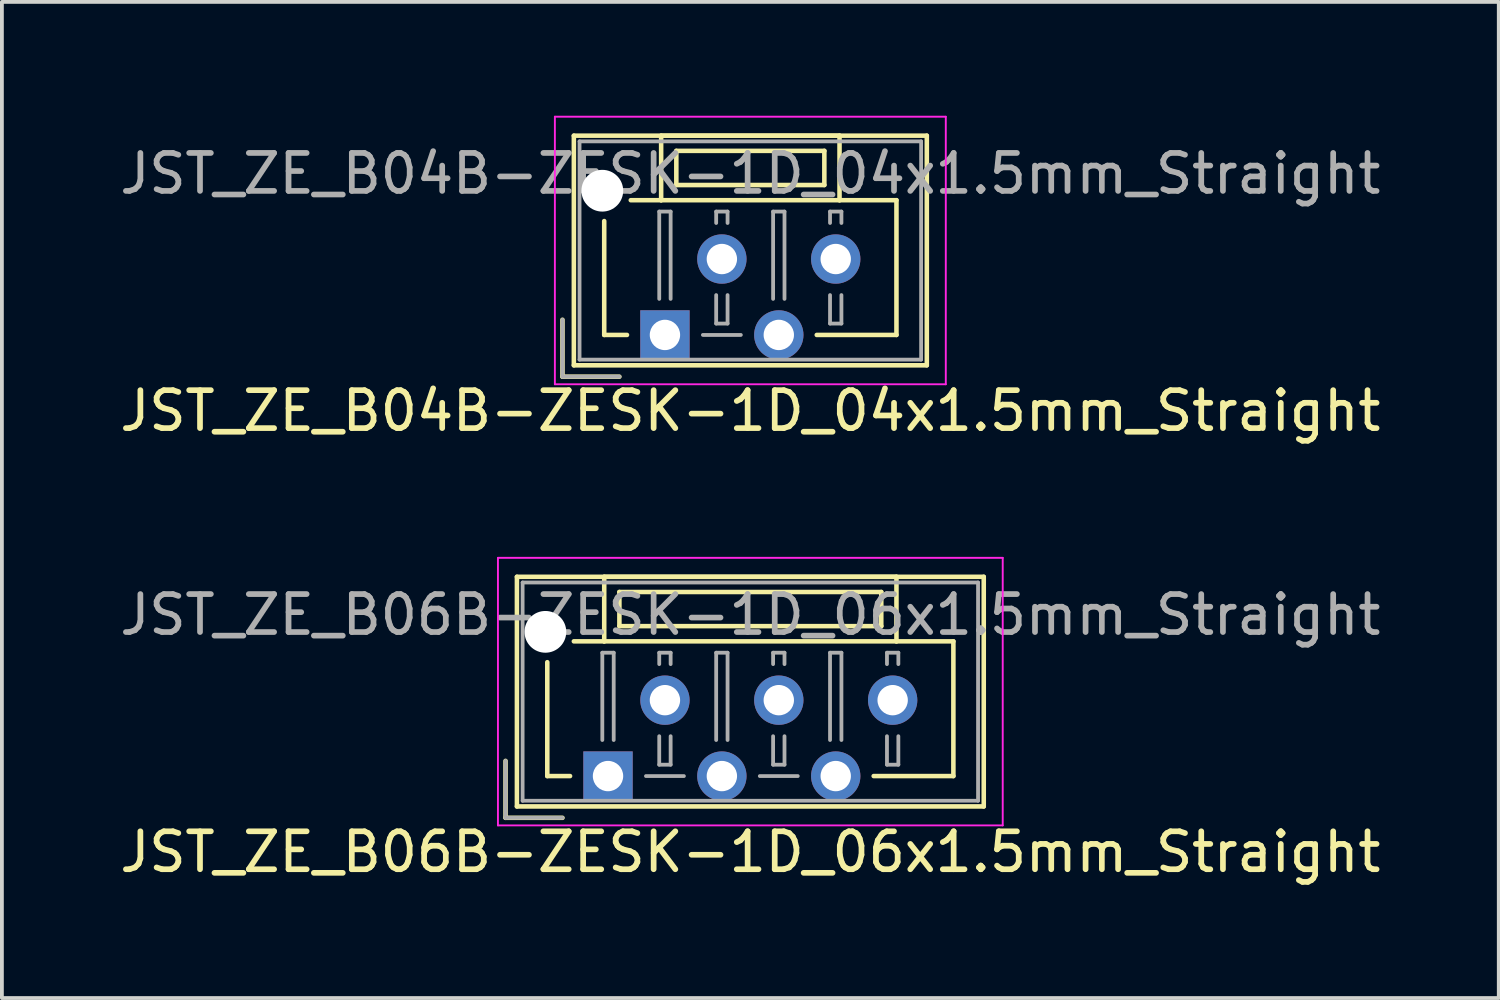
<source format=kicad_pcb>
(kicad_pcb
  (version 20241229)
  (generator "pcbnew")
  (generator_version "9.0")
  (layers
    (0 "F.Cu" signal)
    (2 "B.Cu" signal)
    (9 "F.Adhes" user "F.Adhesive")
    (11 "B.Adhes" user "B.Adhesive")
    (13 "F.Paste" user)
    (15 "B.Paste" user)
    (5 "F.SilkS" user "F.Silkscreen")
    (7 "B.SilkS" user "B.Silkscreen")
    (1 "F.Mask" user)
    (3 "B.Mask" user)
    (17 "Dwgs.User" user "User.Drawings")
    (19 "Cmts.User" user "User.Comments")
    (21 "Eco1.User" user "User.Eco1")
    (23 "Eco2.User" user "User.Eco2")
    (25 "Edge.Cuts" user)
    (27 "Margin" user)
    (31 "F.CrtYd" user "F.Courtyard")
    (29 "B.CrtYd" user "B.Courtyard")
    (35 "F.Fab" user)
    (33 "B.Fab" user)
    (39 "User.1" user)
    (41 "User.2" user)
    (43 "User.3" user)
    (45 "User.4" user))
  (footprint "JST_ZE_B04B-ZESK-1D_04x1.5mm_Straight"
    (layer "F.Cu")
    (at 14.47 5.775)
    (property "Reference" "JST_ZE_B04B-ZESK-1D_04x1.5mm_Straight" (at 2.25 2 0) (layer "F.SilkS") (effects (font (size 1 1) (thickness 0.15))))
    (attr through_hole)
    (fp_line (start -2.7 -0.4) (end -2.7 1.1) (stroke (width 0.12) (type solid)) (layer "F.SilkS"))
    (fp_line (start -2.7 1.1) (end -1.2 1.1) (stroke (width 0.12) (type solid)) (layer "F.SilkS"))
    (fp_line (start -2.4 -5.25) (end -2.4 0.8) (stroke (width 0.12) (type solid)) (layer "F.SilkS"))
    (fp_line (start -2.4 0.8) (end 6.9 0.8) (stroke (width 0.12) (type solid)) (layer "F.SilkS"))
    (fp_line (start -1.6 -3) (end -1.6 0) (stroke (width 0.12) (type solid)) (layer "F.SilkS"))
    (fp_line (start -1.6 0) (end -1 0) (stroke (width 0.12) (type solid)) (layer "F.SilkS"))
    (fp_line (start -0.1 -5.25) (end -0.1 -3.55) (stroke (width 0.12) (type solid)) (layer "F.SilkS"))
    (fp_line (start -0.1 -3.55) (end -0.9 -3.55) (stroke (width 0.12) (type solid)) (layer "F.SilkS"))
    (fp_line (start -0.1 -3.55) (end 4.6 -3.55) (stroke (width 0.12) (type solid)) (layer "F.SilkS"))
    (fp_line (start 0.3 -4.85) (end 0.3 -3.95) (stroke (width 0.12) (type solid)) (layer "F.SilkS"))
    (fp_line (start 0.3 -3.95) (end 4.2 -3.95) (stroke (width 0.12) (type solid)) (layer "F.SilkS"))
    (fp_line (start 4.2 -4.85) (end 0.3 -4.85) (stroke (width 0.12) (type solid)) (layer "F.SilkS"))
    (fp_line (start 4.2 -3.95) (end 4.2 -4.85) (stroke (width 0.12) (type solid)) (layer "F.SilkS"))
    (fp_line (start 4.6 -5.25) (end -0.1 -5.25) (stroke (width 0.12) (type solid)) (layer "F.SilkS"))
    (fp_line (start 4.6 -3.55) (end 4.6 -5.25) (stroke (width 0.12) (type solid)) (layer "F.SilkS"))
    (fp_line (start 4.6 -3.55) (end 6.1 -3.55) (stroke (width 0.12) (type solid)) (layer "F.SilkS"))
    (fp_line (start 6.1 -3.55) (end 6.1 0) (stroke (width 0.12) (type solid)) (layer "F.SilkS"))
    (fp_line (start 6.1 0) (end 4 0) (stroke (width 0.12) (type solid)) (layer "F.SilkS"))
    (fp_line (start 6.9 -5.25) (end -2.4 -5.25) (stroke (width 0.12) (type solid)) (layer "F.SilkS"))
    (fp_line (start 6.9 0.8) (end 6.9 -5.25) (stroke (width 0.12) (type solid)) (layer "F.SilkS"))
    (fp_line (start -2.9 -5.75) (end -2.9 1.3) (stroke (width 0.05) (type solid)) (layer "F.CrtYd"))
    (fp_line (start -2.9 1.3) (end 7.4 1.3) (stroke (width 0.05) (type solid)) (layer "F.CrtYd"))
    (fp_line (start 7.4 -5.75) (end -2.9 -5.75) (stroke (width 0.05) (type solid)) (layer "F.CrtYd"))
    (fp_line (start 7.4 1.3) (end 7.4 -5.75) (stroke (width 0.05) (type solid)) (layer "F.CrtYd"))
    (fp_line (start -2.7 -0.4) (end -2.7 1.1) (stroke (width 0.1) (type solid)) (layer "F.Fab"))
    (fp_line (start -2.7 1.1) (end -1.2 1.1) (stroke (width 0.1) (type solid)) (layer "F.Fab"))
    (fp_line (start -2.25 -5.1) (end -2.25 0.65) (stroke (width 0.1) (type solid)) (layer "F.Fab"))
    (fp_line (start -2.25 0.65) (end 6.75 0.65) (stroke (width 0.1) (type solid)) (layer "F.Fab"))
    (fp_line (start -0.15 -3.25) (end 0.15 -3.25) (stroke (width 0.1) (type solid)) (layer "F.Fab"))
    (fp_line (start -0.15 -0.95) (end -0.15 -3.25) (stroke (width 0.1) (type solid)) (layer "F.Fab"))
    (fp_line (start 0.15 -3.25) (end 0.15 -0.95) (stroke (width 0.1) (type solid)) (layer "F.Fab"))
    (fp_line (start 1 0) (end 2 0) (stroke (width 0.1) (type solid)) (layer "F.Fab"))
    (fp_line (start 1.35 -3.25) (end 1.65 -3.25) (stroke (width 0.1) (type solid)) (layer "F.Fab"))
    (fp_line (start 1.35 -2.95) (end 1.35 -3.25) (stroke (width 0.1) (type solid)) (layer "F.Fab"))
    (fp_line (start 1.35 -1.05) (end 1.35 -0.3) (stroke (width 0.1) (type solid)) (layer "F.Fab"))
    (fp_line (start 1.35 -0.3) (end 1.65 -0.3) (stroke (width 0.1) (type solid)) (layer "F.Fab"))
    (fp_line (start 1.65 -3.25) (end 1.65 -2.95) (stroke (width 0.1) (type solid)) (layer "F.Fab"))
    (fp_line (start 1.65 -0.3) (end 1.65 -1.05) (stroke (width 0.1) (type solid)) (layer "F.Fab"))
    (fp_line (start 2.85 -3.25) (end 3.15 -3.25) (stroke (width 0.1) (type solid)) (layer "F.Fab"))
    (fp_line (start 2.85 -0.95) (end 2.85 -3.25) (stroke (width 0.1) (type solid)) (layer "F.Fab"))
    (fp_line (start 3.15 -3.25) (end 3.15 -0.95) (stroke (width 0.1) (type solid)) (layer "F.Fab"))
    (fp_line (start 4.35 -3.25) (end 4.65 -3.25) (stroke (width 0.1) (type solid)) (layer "F.Fab"))
    (fp_line (start 4.35 -2.95) (end 4.35 -3.25) (stroke (width 0.1) (type solid)) (layer "F.Fab"))
    (fp_line (start 4.35 -1.05) (end 4.35 -0.3) (stroke (width 0.1) (type solid)) (layer "F.Fab"))
    (fp_line (start 4.35 -0.3) (end 4.65 -0.3) (stroke (width 0.1) (type solid)) (layer "F.Fab"))
    (fp_line (start 4.65 -3.25) (end 4.65 -2.95) (stroke (width 0.1) (type solid)) (layer "F.Fab"))
    (fp_line (start 4.65 -0.3) (end 4.65 -1.05) (stroke (width 0.1) (type solid)) (layer "F.Fab"))
    (fp_line (start 6.75 -5.1) (end -2.25 -5.1) (stroke (width 0.1) (type solid)) (layer "F.Fab"))
    (fp_line (start 6.75 0.65) (end 6.75 -5.1) (stroke (width 0.1) (type solid)) (layer "F.Fab"))
    (fp_text user "${REFERENCE}" (at 2.25 -4.25 0) (layer "F.Fab") (effects (font (size 1 1) (thickness 0.15))))
    (pad "" np_thru_hole circle (at -1.65 -3.8) (size 1.1 1.1) (drill 1.1) (layers "*.Cu"))
    (pad "1" thru_hole rect (at 0 0) (size 1.3 1.3) (drill 0.8) (layers "*.Cu" "*.Mask"))
    (pad "2" thru_hole circle (at 1.5 -2) (size 1.3 1.3) (drill 0.8) (layers "*.Cu" "*.Mask"))
    (pad "3" thru_hole circle (at 3 0) (size 1.3 1.3) (drill 0.8) (layers "*.Cu" "*.Mask"))
    (pad "4" thru_hole circle (at 4.5 -2) (size 1.3 1.3) (drill 0.8) (layers "*.Cu" "*.Mask")))
  (footprint "JST_ZE_B06B-ZESK-1D_06x1.5mm_Straight"
    (layer "F.Cu")
    (at 12.97 17.398)
    (property "Reference" "JST_ZE_B06B-ZESK-1D_06x1.5mm_Straight" (at 3.75 2 0) (layer "F.SilkS") (effects (font (size 1 1) (thickness 0.15))))
    (attr through_hole)
    (fp_line (start -2.7 -0.4) (end -2.7 1.1) (stroke (width 0.12) (type solid)) (layer "F.SilkS"))
    (fp_line (start -2.7 1.1) (end -1.2 1.1) (stroke (width 0.12) (type solid)) (layer "F.SilkS"))
    (fp_line (start -2.4 -5.25) (end -2.4 0.8) (stroke (width 0.12) (type solid)) (layer "F.SilkS"))
    (fp_line (start -2.4 0.8) (end 9.9 0.8) (stroke (width 0.12) (type solid)) (layer "F.SilkS"))
    (fp_line (start -1.6 -3) (end -1.6 0) (stroke (width 0.12) (type solid)) (layer "F.SilkS"))
    (fp_line (start -1.6 0) (end -1 0) (stroke (width 0.12) (type solid)) (layer "F.SilkS"))
    (fp_line (start -0.1 -5.25) (end -0.1 -3.55) (stroke (width 0.12) (type solid)) (layer "F.SilkS"))
    (fp_line (start -0.1 -3.55) (end -0.9 -3.55) (stroke (width 0.12) (type solid)) (layer "F.SilkS"))
    (fp_line (start -0.1 -3.55) (end 7.6 -3.55) (stroke (width 0.12) (type solid)) (layer "F.SilkS"))
    (fp_line (start 0.3 -4.85) (end 0.3 -3.95) (stroke (width 0.12) (type solid)) (layer "F.SilkS"))
    (fp_line (start 0.3 -3.95) (end 7.2 -3.95) (stroke (width 0.12) (type solid)) (layer "F.SilkS"))
    (fp_line (start 7.2 -4.85) (end 0.3 -4.85) (stroke (width 0.12) (type solid)) (layer "F.SilkS"))
    (fp_line (start 7.2 -3.95) (end 7.2 -4.85) (stroke (width 0.12) (type solid)) (layer "F.SilkS"))
    (fp_line (start 7.6 -5.25) (end -0.1 -5.25) (stroke (width 0.12) (type solid)) (layer "F.SilkS"))
    (fp_line (start 7.6 -3.55) (end 7.6 -5.25) (stroke (width 0.12) (type solid)) (layer "F.SilkS"))
    (fp_line (start 7.6 -3.55) (end 9.1 -3.55) (stroke (width 0.12) (type solid)) (layer "F.SilkS"))
    (fp_line (start 9.1 -3.55) (end 9.1 0) (stroke (width 0.12) (type solid)) (layer "F.SilkS"))
    (fp_line (start 9.1 0) (end 7 0) (stroke (width 0.12) (type solid)) (layer "F.SilkS"))
    (fp_line (start 9.9 -5.25) (end -2.4 -5.25) (stroke (width 0.12) (type solid)) (layer "F.SilkS"))
    (fp_line (start 9.9 0.8) (end 9.9 -5.25) (stroke (width 0.12) (type solid)) (layer "F.SilkS"))
    (fp_line (start -2.9 -5.75) (end -2.9 1.3) (stroke (width 0.05) (type solid)) (layer "F.CrtYd"))
    (fp_line (start -2.9 1.3) (end 10.4 1.3) (stroke (width 0.05) (type solid)) (layer "F.CrtYd"))
    (fp_line (start 10.4 -5.75) (end -2.9 -5.75) (stroke (width 0.05) (type solid)) (layer "F.CrtYd"))
    (fp_line (start 10.4 1.3) (end 10.4 -5.75) (stroke (width 0.05) (type solid)) (layer "F.CrtYd"))
    (fp_line (start -2.7 -0.4) (end -2.7 1.1) (stroke (width 0.1) (type solid)) (layer "F.Fab"))
    (fp_line (start -2.7 1.1) (end -1.2 1.1) (stroke (width 0.1) (type solid)) (layer "F.Fab"))
    (fp_line (start -2.25 -5.1) (end -2.25 0.65) (stroke (width 0.1) (type solid)) (layer "F.Fab"))
    (fp_line (start -2.25 0.65) (end 9.75 0.65) (stroke (width 0.1) (type solid)) (layer "F.Fab"))
    (fp_line (start -0.15 -3.25) (end 0.15 -3.25) (stroke (width 0.1) (type solid)) (layer "F.Fab"))
    (fp_line (start -0.15 -0.95) (end -0.15 -3.25) (stroke (width 0.1) (type solid)) (layer "F.Fab"))
    (fp_line (start 0.15 -3.25) (end 0.15 -0.95) (stroke (width 0.1) (type solid)) (layer "F.Fab"))
    (fp_line (start 1 0) (end 2 0) (stroke (width 0.1) (type solid)) (layer "F.Fab"))
    (fp_line (start 1.35 -3.25) (end 1.65 -3.25) (stroke (width 0.1) (type solid)) (layer "F.Fab"))
    (fp_line (start 1.35 -2.95) (end 1.35 -3.25) (stroke (width 0.1) (type solid)) (layer "F.Fab"))
    (fp_line (start 1.35 -1.05) (end 1.35 -0.3) (stroke (width 0.1) (type solid)) (layer "F.Fab"))
    (fp_line (start 1.35 -0.3) (end 1.65 -0.3) (stroke (width 0.1) (type solid)) (layer "F.Fab"))
    (fp_line (start 1.65 -3.25) (end 1.65 -2.95) (stroke (width 0.1) (type solid)) (layer "F.Fab"))
    (fp_line (start 1.65 -0.3) (end 1.65 -1.05) (stroke (width 0.1) (type solid)) (layer "F.Fab"))
    (fp_line (start 2.85 -3.25) (end 3.15 -3.25) (stroke (width 0.1) (type solid)) (layer "F.Fab"))
    (fp_line (start 2.85 -0.95) (end 2.85 -3.25) (stroke (width 0.1) (type solid)) (layer "F.Fab"))
    (fp_line (start 3.15 -3.25) (end 3.15 -0.95) (stroke (width 0.1) (type solid)) (layer "F.Fab"))
    (fp_line (start 4 0) (end 5 0) (stroke (width 0.1) (type solid)) (layer "F.Fab"))
    (fp_line (start 4.35 -3.25) (end 4.65 -3.25) (stroke (width 0.1) (type solid)) (layer "F.Fab"))
    (fp_line (start 4.35 -2.95) (end 4.35 -3.25) (stroke (width 0.1) (type solid)) (layer "F.Fab"))
    (fp_line (start 4.35 -1.05) (end 4.35 -0.3) (stroke (width 0.1) (type solid)) (layer "F.Fab"))
    (fp_line (start 4.35 -0.3) (end 4.65 -0.3) (stroke (width 0.1) (type solid)) (layer "F.Fab"))
    (fp_line (start 4.65 -3.25) (end 4.65 -2.95) (stroke (width 0.1) (type solid)) (layer "F.Fab"))
    (fp_line (start 4.65 -0.3) (end 4.65 -1.05) (stroke (width 0.1) (type solid)) (layer "F.Fab"))
    (fp_line (start 5.85 -3.25) (end 6.15 -3.25) (stroke (width 0.1) (type solid)) (layer "F.Fab"))
    (fp_line (start 5.85 -0.95) (end 5.85 -3.25) (stroke (width 0.1) (type solid)) (layer "F.Fab"))
    (fp_line (start 6.15 -3.25) (end 6.15 -0.95) (stroke (width 0.1) (type solid)) (layer "F.Fab"))
    (fp_line (start 7.35 -3.25) (end 7.65 -3.25) (stroke (width 0.1) (type solid)) (layer "F.Fab"))
    (fp_line (start 7.35 -2.95) (end 7.35 -3.25) (stroke (width 0.1) (type solid)) (layer "F.Fab"))
    (fp_line (start 7.35 -1.05) (end 7.35 -0.3) (stroke (width 0.1) (type solid)) (layer "F.Fab"))
    (fp_line (start 7.35 -0.3) (end 7.65 -0.3) (stroke (width 0.1) (type solid)) (layer "F.Fab"))
    (fp_line (start 7.65 -3.25) (end 7.65 -2.95) (stroke (width 0.1) (type solid)) (layer "F.Fab"))
    (fp_line (start 7.65 -0.3) (end 7.65 -1.05) (stroke (width 0.1) (type solid)) (layer "F.Fab"))
    (fp_line (start 9.75 -5.1) (end -2.25 -5.1) (stroke (width 0.1) (type solid)) (layer "F.Fab"))
    (fp_line (start 9.75 0.65) (end 9.75 -5.1) (stroke (width 0.1) (type solid)) (layer "F.Fab"))
    (fp_text user "${REFERENCE}" (at 3.75 -4.25 0) (layer "F.Fab") (effects (font (size 1 1) (thickness 0.15))))
    (pad "" np_thru_hole circle (at -1.65 -3.8) (size 1.1 1.1) (drill 1.1) (layers "*.Cu"))
    (pad "1" thru_hole rect (at 0 0) (size 1.3 1.3) (drill 0.8) (layers "*.Cu" "*.Mask"))
    (pad "2" thru_hole circle (at 1.5 -2) (size 1.3 1.3) (drill 0.8) (layers "*.Cu" "*.Mask"))
    (pad "3" thru_hole circle (at 3 0) (size 1.3 1.3) (drill 0.8) (layers "*.Cu" "*.Mask"))
    (pad "4" thru_hole circle (at 4.5 -2) (size 1.3 1.3) (drill 0.8) (layers "*.Cu" "*.Mask"))
    (pad "5" thru_hole circle (at 6 0) (size 1.3 1.3) (drill 0.8) (layers "*.Cu" "*.Mask"))
    (pad "6" thru_hole circle (at 7.5 -2) (size 1.3 1.3) (drill 0.8) (layers "*.Cu" "*.Mask")))
  (gr_rect
    (start -3 -3)
    (end 36.44 23.247)
    (stroke (width 0.1) (type default))
    (fill no)
    (layer "Edge.Cuts")))
</source>
